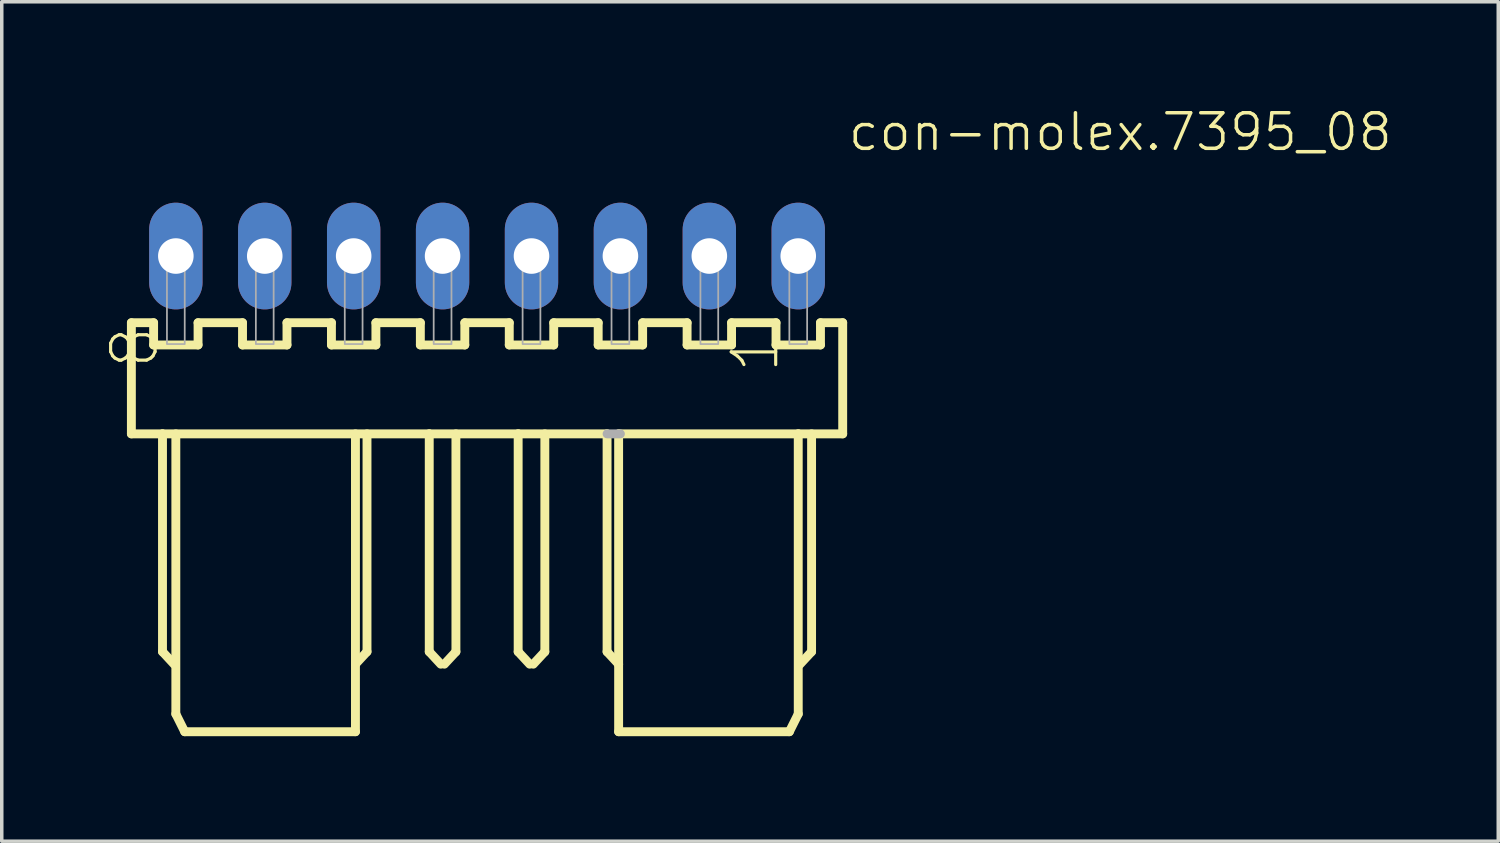
<source format=kicad_pcb>
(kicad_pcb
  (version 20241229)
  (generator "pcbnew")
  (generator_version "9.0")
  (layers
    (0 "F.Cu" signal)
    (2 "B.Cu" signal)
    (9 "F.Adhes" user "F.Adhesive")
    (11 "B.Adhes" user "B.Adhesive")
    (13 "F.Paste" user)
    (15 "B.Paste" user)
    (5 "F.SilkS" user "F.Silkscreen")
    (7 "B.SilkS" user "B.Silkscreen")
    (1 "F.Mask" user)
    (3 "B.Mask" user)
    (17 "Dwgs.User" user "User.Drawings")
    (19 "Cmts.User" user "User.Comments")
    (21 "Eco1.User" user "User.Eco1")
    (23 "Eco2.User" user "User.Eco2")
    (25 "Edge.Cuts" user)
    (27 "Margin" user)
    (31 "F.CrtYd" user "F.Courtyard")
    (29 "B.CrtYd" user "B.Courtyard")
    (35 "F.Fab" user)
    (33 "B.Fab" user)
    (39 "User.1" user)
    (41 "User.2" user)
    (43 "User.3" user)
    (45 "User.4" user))
  (footprint "con-molex.7395_08"
    (layer "F.Cu")
    (at 10.863 4.264)
    (property "Reference" "con-molex.7395_08" (at 10.26 -2.948 180) (layer "F.SilkS") (effects (font (size 1.016 1.016) (thickness 0.1)) (justify left bottom)))
    (attr through_hole)
    (fp_line (start -10.16 1.905) (end -10.16 5.08) (stroke (width 0.254) (type default)) (layer "F.SilkS"))
    (fp_line (start -10.16 5.08) (end -9.271 5.08) (stroke (width 0.254) (type default)) (layer "F.SilkS"))
    (fp_line (start -9.525 1.905) (end -10.16 1.905) (stroke (width 0.254) (type default)) (layer "F.SilkS"))
    (fp_line (start -9.525 2.54) (end -9.525 1.905) (stroke (width 0.254) (type default)) (layer "F.SilkS"))
    (fp_line (start -9.271 5.08) (end -9.271 11.303) (stroke (width 0.254) (type default)) (layer "F.SilkS"))
    (fp_line (start -9.271 5.08) (end -1.651 5.08) (stroke (width 0.254) (type default)) (layer "F.SilkS"))
    (fp_line (start -9.271 11.303) (end -8.941 11.659) (stroke (width 0.254) (type default)) (layer "F.SilkS"))
    (fp_line (start -8.89 5.08) (end -8.89 13.081) (stroke (width 0.254) (type default)) (layer "F.SilkS"))
    (fp_line (start -8.89 13.081) (end -8.636 13.589) (stroke (width 0.254) (type default)) (layer "F.SilkS"))
    (fp_line (start -8.636 13.589) (end -3.759 13.589) (stroke (width 0.254) (type default)) (layer "F.SilkS"))
    (fp_line (start -8.255 1.905) (end -8.255 2.54) (stroke (width 0.254) (type default)) (layer "F.SilkS"))
    (fp_line (start -8.255 2.54) (end -9.525 2.54) (stroke (width 0.254) (type default)) (layer "F.SilkS"))
    (fp_line (start -6.985 1.905) (end -8.255 1.905) (stroke (width 0.254) (type default)) (layer "F.SilkS"))
    (fp_line (start -6.985 2.54) (end -6.985 1.905) (stroke (width 0.254) (type default)) (layer "F.SilkS"))
    (fp_line (start -5.715 1.905) (end -5.715 2.54) (stroke (width 0.254) (type default)) (layer "F.SilkS"))
    (fp_line (start -5.715 2.54) (end -6.985 2.54) (stroke (width 0.254) (type default)) (layer "F.SilkS"))
    (fp_line (start -4.445 1.905) (end -5.715 1.905) (stroke (width 0.254) (type default)) (layer "F.SilkS"))
    (fp_line (start -4.445 2.54) (end -4.445 1.905) (stroke (width 0.254) (type default)) (layer "F.SilkS"))
    (fp_line (start -3.759 13.589) (end -3.759 5.08) (stroke (width 0.254) (type default)) (layer "F.SilkS"))
    (fp_line (start -3.429 5.08) (end -3.429 11.303) (stroke (width 0.254) (type default)) (layer "F.SilkS"))
    (fp_line (start -3.429 11.303) (end -3.759 11.659) (stroke (width 0.254) (type default)) (layer "F.SilkS"))
    (fp_line (start -3.175 1.905) (end -3.175 2.54) (stroke (width 0.254) (type default)) (layer "F.SilkS"))
    (fp_line (start -3.175 2.54) (end -4.445 2.54) (stroke (width 0.254) (type default)) (layer "F.SilkS"))
    (fp_line (start -1.905 1.905) (end -3.175 1.905) (stroke (width 0.254) (type default)) (layer "F.SilkS"))
    (fp_line (start -1.905 2.54) (end -1.905 1.905) (stroke (width 0.254) (type default)) (layer "F.SilkS"))
    (fp_line (start -1.651 5.08) (end -1.651 11.303) (stroke (width 0.254) (type default)) (layer "F.SilkS"))
    (fp_line (start -1.651 5.08) (end 0.889 5.08) (stroke (width 0.254) (type default)) (layer "F.SilkS"))
    (fp_line (start -1.651 11.303) (end -1.321 11.659) (stroke (width 0.254) (type default)) (layer "F.SilkS"))
    (fp_line (start -0.889 5.08) (end -0.889 11.303) (stroke (width 0.254) (type default)) (layer "F.SilkS"))
    (fp_line (start -0.889 11.303) (end -1.219 11.659) (stroke (width 0.254) (type default)) (layer "F.SilkS"))
    (fp_line (start -0.635 1.905) (end -0.635 2.54) (stroke (width 0.254) (type default)) (layer "F.SilkS"))
    (fp_line (start -0.635 2.54) (end -1.905 2.54) (stroke (width 0.254) (type default)) (layer "F.SilkS"))
    (fp_line (start 0.635 1.905) (end -0.635 1.905) (stroke (width 0.254) (type default)) (layer "F.SilkS"))
    (fp_line (start 0.635 2.54) (end 0.635 1.905) (stroke (width 0.254) (type default)) (layer "F.SilkS"))
    (fp_line (start 0.889 5.08) (end 0.889 11.303) (stroke (width 0.254) (type default)) (layer "F.SilkS"))
    (fp_line (start 0.889 5.08) (end 3.429 5.08) (stroke (width 0.254) (type default)) (layer "F.SilkS"))
    (fp_line (start 0.889 11.303) (end 1.219 11.659) (stroke (width 0.254) (type default)) (layer "F.SilkS"))
    (fp_line (start 1.651 5.08) (end 1.651 11.303) (stroke (width 0.254) (type default)) (layer "F.SilkS"))
    (fp_line (start 1.651 11.303) (end 1.321 11.659) (stroke (width 0.254) (type default)) (layer "F.SilkS"))
    (fp_line (start 1.905 1.905) (end 1.905 2.54) (stroke (width 0.254) (type default)) (layer "F.SilkS"))
    (fp_line (start 1.905 2.54) (end 0.635 2.54) (stroke (width 0.254) (type default)) (layer "F.SilkS"))
    (fp_line (start 3.175 1.905) (end 1.905 1.905) (stroke (width 0.254) (type default)) (layer "F.SilkS"))
    (fp_line (start 3.175 2.54) (end 3.175 1.905) (stroke (width 0.254) (type default)) (layer "F.SilkS"))
    (fp_line (start 3.429 5.08) (end 3.429 11.303) (stroke (width 0.254) (type default)) (layer "F.SilkS"))
    (fp_line (start 3.429 5.08) (end 3.759 5.08) (stroke (width 0.127) (type default)) (layer "F.SilkS"))
    (fp_line (start 3.429 11.303) (end 3.759 11.659) (stroke (width 0.254) (type default)) (layer "F.SilkS"))
    (fp_line (start 3.759 5.08) (end 8.89 5.08) (stroke (width 0.254) (type default)) (layer "F.SilkS"))
    (fp_line (start 3.759 11.659) (end 3.759 5.08) (stroke (width 0.254) (type default)) (layer "F.SilkS"))
    (fp_line (start 3.759 13.589) (end 3.759 11.659) (stroke (width 0.254) (type default)) (layer "F.SilkS"))
    (fp_line (start 4.445 1.905) (end 4.445 2.54) (stroke (width 0.254) (type default)) (layer "F.SilkS"))
    (fp_line (start 4.445 2.54) (end 3.175 2.54) (stroke (width 0.254) (type default)) (layer "F.SilkS"))
    (fp_line (start 5.715 1.905) (end 4.445 1.905) (stroke (width 0.254) (type default)) (layer "F.SilkS"))
    (fp_line (start 5.715 2.54) (end 5.715 1.905) (stroke (width 0.254) (type default)) (layer "F.SilkS"))
    (fp_line (start 6.985 1.905) (end 6.985 2.54) (stroke (width 0.254) (type default)) (layer "F.SilkS"))
    (fp_line (start 6.985 2.54) (end 5.715 2.54) (stroke (width 0.254) (type default)) (layer "F.SilkS"))
    (fp_line (start 8.255 1.905) (end 6.985 1.905) (stroke (width 0.254) (type default)) (layer "F.SilkS"))
    (fp_line (start 8.255 2.54) (end 8.255 1.905) (stroke (width 0.254) (type default)) (layer "F.SilkS"))
    (fp_line (start 8.636 13.589) (end 3.759 13.589) (stroke (width 0.254) (type default)) (layer "F.SilkS"))
    (fp_line (start 8.89 5.08) (end 8.89 13.081) (stroke (width 0.254) (type default)) (layer "F.SilkS"))
    (fp_line (start 8.89 5.08) (end 10.16 5.08) (stroke (width 0.254) (type default)) (layer "F.SilkS"))
    (fp_line (start 8.89 13.081) (end 8.636 13.589) (stroke (width 0.254) (type default)) (layer "F.SilkS"))
    (fp_line (start 9.271 5.08) (end 9.271 11.303) (stroke (width 0.254) (type default)) (layer "F.SilkS"))
    (fp_line (start 9.271 11.303) (end 8.941 11.659) (stroke (width 0.254) (type default)) (layer "F.SilkS"))
    (fp_line (start 9.525 1.905) (end 9.525 2.54) (stroke (width 0.254) (type default)) (layer "F.SilkS"))
    (fp_line (start 9.525 2.54) (end 8.255 2.54) (stroke (width 0.254) (type default)) (layer "F.SilkS"))
    (fp_line (start 10.16 1.905) (end 9.525 1.905) (stroke (width 0.254) (type default)) (layer "F.SilkS"))
    (fp_line (start 10.16 5.08) (end 10.16 1.905) (stroke (width 0.254) (type default)) (layer "F.SilkS"))
    (fp_line (start 3.81 5.08) (end 3.429 5.08) (stroke (width 0.254) (type default)) (layer "F.Fab"))
    (fp_rect (start -9.144 0.254) (end -8.636 -0.254) (stroke (width 0.05) (type default)) (fill no) (layer "F.Fab"))
    (fp_rect (start -9.144 2.515) (end -8.636 0.279) (stroke (width 0.05) (type default)) (fill no) (layer "F.Fab"))
    (fp_rect (start -6.604 0.254) (end -6.096 -0.254) (stroke (width 0.05) (type default)) (fill no) (layer "F.Fab"))
    (fp_rect (start -6.604 2.515) (end -6.096 0.279) (stroke (width 0.05) (type default)) (fill no) (layer "F.Fab"))
    (fp_rect (start -4.064 0.254) (end -3.556 -0.254) (stroke (width 0.05) (type default)) (fill no) (layer "F.Fab"))
    (fp_rect (start -4.064 2.515) (end -3.556 0.279) (stroke (width 0.05) (type default)) (fill no) (layer "F.Fab"))
    (fp_rect (start -1.524 0.254) (end -1.016 -0.254) (stroke (width 0.05) (type default)) (fill no) (layer "F.Fab"))
    (fp_rect (start -1.524 2.515) (end -1.016 0.279) (stroke (width 0.05) (type default)) (fill no) (layer "F.Fab"))
    (fp_rect (start 1.016 0.254) (end 1.524 -0.254) (stroke (width 0.05) (type default)) (fill no) (layer "F.Fab"))
    (fp_rect (start 1.016 2.515) (end 1.524 0.279) (stroke (width 0.05) (type default)) (fill no) (layer "F.Fab"))
    (fp_rect (start 3.556 0.254) (end 4.064 -0.254) (stroke (width 0.05) (type default)) (fill no) (layer "F.Fab"))
    (fp_rect (start 3.556 2.515) (end 4.064 0.279) (stroke (width 0.05) (type default)) (fill no) (layer "F.Fab"))
    (fp_rect (start 6.096 0.254) (end 6.604 -0.254) (stroke (width 0.05) (type default)) (fill no) (layer "F.Fab"))
    (fp_rect (start 6.096 2.515) (end 6.604 0.279) (stroke (width 0.05) (type default)) (fill no) (layer "F.Fab"))
    (fp_rect (start 8.636 0.254) (end 9.144 -0.254) (stroke (width 0.05) (type default)) (fill no) (layer "F.Fab"))
    (fp_rect (start 8.636 2.515) (end 9.144 0.279) (stroke (width 0.05) (type default)) (fill no) (layer "F.Fab"))
    (fp_text user "8" (at -9.323 3.275 270) (layer "F.SilkS") (effects (font (size 1.27 1.27) (thickness 0.09)) (justify left bottom)))
    (fp_text user "1" (at 8.406 3.402 270) (layer "F.SilkS") (effects (font (size 1.27 1.27) (thickness 0.09)) (justify left bottom)))
    (pad "1" thru_hole oval (at 8.89 0 90) (size 3.048 1.524) (drill 1.016) (layers "*.Cu" "*.Mask"))
    (pad "2" thru_hole oval (at 6.35 0 90) (size 3.048 1.524) (drill 1.016) (layers "*.Cu" "*.Mask"))
    (pad "3" thru_hole oval (at 3.81 0 90) (size 3.048 1.524) (drill 1.016) (layers "*.Cu" "*.Mask"))
    (pad "4" thru_hole oval (at 1.27 0 90) (size 3.048 1.524) (drill 1.016) (layers "*.Cu" "*.Mask"))
    (pad "5" thru_hole oval (at -1.27 0 90) (size 3.048 1.524) (drill 1.016) (layers "*.Cu" "*.Mask"))
    (pad "6" thru_hole oval (at -3.81 0 90) (size 3.048 1.524) (drill 1.016) (layers "*.Cu" "*.Mask"))
    (pad "7" thru_hole oval (at -6.35 0 90) (size 3.048 1.524) (drill 1.016) (layers "*.Cu" "*.Mask"))
    (pad "8" thru_hole oval (at -8.89 0 90) (size 3.048 1.524) (drill 1.016) (layers "*.Cu" "*.Mask")))
  (gr_rect
    (start -3 -3)
    (end 39.75 20.98)
    (stroke (width 0.1) (type default))
    (fill no)
    (layer "Edge.Cuts")))
</source>
